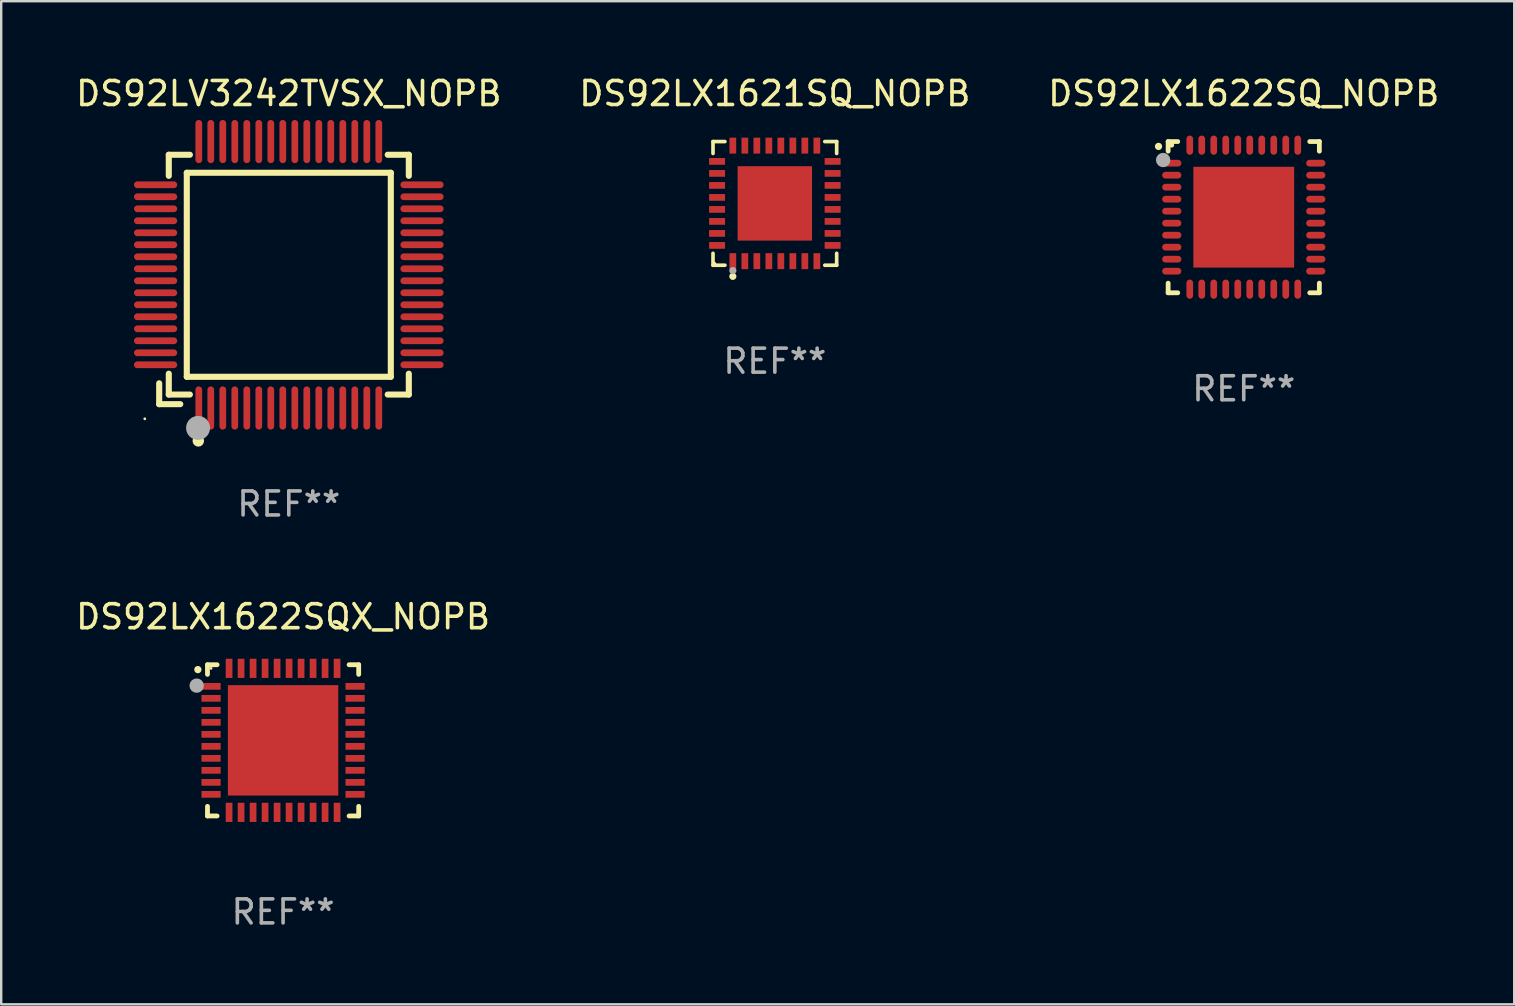
<source format=kicad_pcb>
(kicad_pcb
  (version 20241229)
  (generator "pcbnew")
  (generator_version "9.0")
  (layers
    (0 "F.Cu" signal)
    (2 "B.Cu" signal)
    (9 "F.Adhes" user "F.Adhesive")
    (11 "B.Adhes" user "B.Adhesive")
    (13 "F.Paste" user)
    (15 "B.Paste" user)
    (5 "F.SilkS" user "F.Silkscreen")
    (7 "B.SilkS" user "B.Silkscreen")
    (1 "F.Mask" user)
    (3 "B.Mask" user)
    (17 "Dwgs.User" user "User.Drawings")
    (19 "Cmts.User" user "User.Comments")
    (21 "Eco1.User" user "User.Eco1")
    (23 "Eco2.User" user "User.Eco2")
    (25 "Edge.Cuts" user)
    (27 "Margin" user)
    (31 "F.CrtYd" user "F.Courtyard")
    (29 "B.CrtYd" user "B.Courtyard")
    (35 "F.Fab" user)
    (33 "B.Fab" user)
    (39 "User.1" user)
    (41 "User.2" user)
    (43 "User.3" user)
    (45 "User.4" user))
  (footprint "DS92LX1621SQ_NOPB"
    (layer "F.Cu")
    (at 29.232 5.424)
    (property "Reference" "DS92LX1621SQ_NOPB" (at 0 -4.576 0) (layer "F.SilkS") (effects (font (size 1 1) (thickness 0.15))))
    (attr through_hole)
    (fp_line (start -2.576 -2.576) (end -2.08 -2.576) (stroke (width 0.152) (type solid)) (layer "F.SilkS"))
    (fp_line (start -2.576 -2.08) (end -2.576 -2.576) (stroke (width 0.152) (type solid)) (layer "F.SilkS"))
    (fp_line (start -2.576 2.08) (end -2.576 2.576) (stroke (width 0.152) (type solid)) (layer "F.SilkS"))
    (fp_line (start -2.576 2.576) (end -2.08 2.576) (stroke (width 0.152) (type solid)) (layer "F.SilkS"))
    (fp_line (start 2.576 -2.576) (end 2.08 -2.576) (stroke (width 0.152) (type solid)) (layer "F.SilkS"))
    (fp_line (start 2.576 -2.08) (end 2.576 -2.576) (stroke (width 0.152) (type solid)) (layer "F.SilkS"))
    (fp_line (start 2.576 2.08) (end 2.576 2.576) (stroke (width 0.152) (type solid)) (layer "F.SilkS"))
    (fp_line (start 2.576 2.576) (end 2.08 2.576) (stroke (width 0.152) (type solid)) (layer "F.SilkS"))
    (fp_circle (center -2.5 2.5) (end -2.47 2.5) (stroke (width 0.06) (type solid)) (fill no) (layer "F.SilkS"))
    (fp_circle (center -1.75 3.04) (end -1.675 3.04) (stroke (width 0.15) (type solid)) (fill no) (layer "F.SilkS"))
    (fp_circle (center -1.75 2.8) (end -1.675 2.8) (stroke (width 0.15) (type solid)) (fill no) (layer "F.Fab"))
    (fp_text user "REF**" (at 0 6.576 0) (layer "F.Fab") (effects (font (size 1 1) (thickness 0.15))))
    (pad "1" smd rect (at -1.75 2.407) (size 0.28 0.665) (layers "F.Cu" "F.Mask" "F.Paste"))
    (pad "2" smd rect (at -1.25 2.407) (size 0.28 0.665) (layers "F.Cu" "F.Mask" "F.Paste"))
    (pad "3" smd rect (at -0.75 2.407) (size 0.28 0.665) (layers "F.Cu" "F.Mask" "F.Paste"))
    (pad "4" smd rect (at -0.25 2.407) (size 0.28 0.665) (layers "F.Cu" "F.Mask" "F.Paste"))
    (pad "5" smd rect (at 0.25 2.407) (size 0.28 0.665) (layers "F.Cu" "F.Mask" "F.Paste"))
    (pad "6" smd rect (at 0.75 2.407) (size 0.28 0.665) (layers "F.Cu" "F.Mask" "F.Paste"))
    (pad "7" smd rect (at 1.25 2.407) (size 0.28 0.665) (layers "F.Cu" "F.Mask" "F.Paste"))
    (pad "8" smd rect (at 1.75 2.407) (size 0.28 0.665) (layers "F.Cu" "F.Mask" "F.Paste"))
    (pad "9" smd rect (at 2.407 1.75) (size 0.665 0.28) (layers "F.Cu" "F.Mask" "F.Paste"))
    (pad "10" smd rect (at 2.407 1.25) (size 0.665 0.28) (layers "F.Cu" "F.Mask" "F.Paste"))
    (pad "11" smd rect (at 2.407 0.75) (size 0.665 0.28) (layers "F.Cu" "F.Mask" "F.Paste"))
    (pad "12" smd rect (at 2.407 0.25) (size 0.665 0.28) (layers "F.Cu" "F.Mask" "F.Paste"))
    (pad "13" smd rect (at 2.407 -0.25) (size 0.665 0.28) (layers "F.Cu" "F.Mask" "F.Paste"))
    (pad "14" smd rect (at 2.407 -0.75) (size 0.665 0.28) (layers "F.Cu" "F.Mask" "F.Paste"))
    (pad "15" smd rect (at 2.407 -1.25) (size 0.665 0.28) (layers "F.Cu" "F.Mask" "F.Paste"))
    (pad "16" smd rect (at 2.407 -1.75) (size 0.665 0.28) (layers "F.Cu" "F.Mask" "F.Paste"))
    (pad "17" smd rect (at 1.75 -2.407) (size 0.28 0.665) (layers "F.Cu" "F.Mask" "F.Paste"))
    (pad "18" smd rect (at 1.25 -2.407) (size 0.28 0.665) (layers "F.Cu" "F.Mask" "F.Paste"))
    (pad "19" smd rect (at 0.75 -2.407) (size 0.28 0.665) (layers "F.Cu" "F.Mask" "F.Paste"))
    (pad "20" smd rect (at 0.25 -2.407) (size 0.28 0.665) (layers "F.Cu" "F.Mask" "F.Paste"))
    (pad "21" smd rect (at -0.25 -2.407) (size 0.28 0.665) (layers "F.Cu" "F.Mask" "F.Paste"))
    (pad "22" smd rect (at -0.75 -2.407) (size 0.28 0.665) (layers "F.Cu" "F.Mask" "F.Paste"))
    (pad "23" smd rect (at -1.25 -2.407) (size 0.28 0.665) (layers "F.Cu" "F.Mask" "F.Paste"))
    (pad "24" smd rect (at -1.75 -2.407) (size 0.28 0.665) (layers "F.Cu" "F.Mask" "F.Paste"))
    (pad "25" smd rect (at -2.407 -1.75) (size 0.665 0.28) (layers "F.Cu" "F.Mask" "F.Paste"))
    (pad "26" smd rect (at -2.407 -1.25) (size 0.665 0.28) (layers "F.Cu" "F.Mask" "F.Paste"))
    (pad "27" smd rect (at -2.407 -0.75) (size 0.665 0.28) (layers "F.Cu" "F.Mask" "F.Paste"))
    (pad "28" smd rect (at -2.407 -0.25) (size 0.665 0.28) (layers "F.Cu" "F.Mask" "F.Paste"))
    (pad "29" smd rect (at -2.407 0.25) (size 0.665 0.28) (layers "F.Cu" "F.Mask" "F.Paste"))
    (pad "30" smd rect (at -2.407 0.75) (size 0.665 0.28) (layers "F.Cu" "F.Mask" "F.Paste"))
    (pad "31" smd rect (at -2.407 1.25) (size 0.665 0.28) (layers "F.Cu" "F.Mask" "F.Paste"))
    (pad "32" smd rect (at -2.407 1.75) (size 0.665 0.28) (layers "F.Cu" "F.Mask" "F.Paste"))
    (pad "33" smd rect (at 0 0) (size 3.1 3.1) (layers "F.Cu" "F.Mask" "F.Paste")))
  (footprint "DS92LX1622SQ_NOPB"
    (layer "F.Cu")
    (at 48.768 5.998)
    (property "Reference" "DS92LX1622SQ_NOPB" (at 0 -5.15 0) (layer "F.SilkS") (effects (font (size 1 1) (thickness 0.15))))
    (attr through_hole)
    (fp_line (start -3.15 -3.15) (end -2.75 -3.15) (stroke (width 0.2) (type solid)) (layer "F.SilkS"))
    (fp_line (start -3.15 -2.75) (end -3.15 -3.15) (stroke (width 0.2) (type solid)) (layer "F.SilkS"))
    (fp_line (start -3.15 3.15) (end -3.15 2.75) (stroke (width 0.2) (type solid)) (layer "F.SilkS"))
    (fp_line (start -2.75 3.15) (end -3.15 3.15) (stroke (width 0.2) (type solid)) (layer "F.SilkS"))
    (fp_line (start 2.75 -3.15) (end 3.15 -3.15) (stroke (width 0.2) (type solid)) (layer "F.SilkS"))
    (fp_line (start 2.75 3.15) (end 3.15 3.15) (stroke (width 0.2) (type solid)) (layer "F.SilkS"))
    (fp_line (start 3.15 -3.15) (end 3.15 -2.75) (stroke (width 0.2) (type solid)) (layer "F.SilkS"))
    (fp_line (start 3.15 3.15) (end 3.15 2.75) (stroke (width 0.2) (type solid)) (layer "F.SilkS"))
    (fp_arc (start -3.550927 -2.946406) (mid -3.550932 -2.947676) (end -3.550927 -2.948946) (stroke (width 0.3) (type solid)) (layer "F.SilkS"))
    (fp_circle (center -3 -3) (end -2.95 -3) (stroke (width 0.1) (type solid)) (fill no) (layer "F.SilkS"))
    (fp_circle (center -3.359 -2.381) (end -3.209 -2.381) (stroke (width 0.3) (type solid)) (fill no) (layer "F.Fab"))
    (fp_text user "REF**" (at 0 7.15 0) (layer "F.Fab") (effects (font (size 1 1) (thickness 0.15))))
    (pad "1" smd oval (at -3 -2.25 90) (size 0.28 0.8) (layers "F.Cu" "F.Mask" "F.Paste"))
    (pad "2" smd oval (at -3 -1.75 90) (size 0.28 0.8) (layers "F.Cu" "F.Mask" "F.Paste"))
    (pad "3" smd oval (at -3 -1.25 90) (size 0.28 0.8) (layers "F.Cu" "F.Mask" "F.Paste"))
    (pad "4" smd oval (at -3 -0.75 90) (size 0.28 0.8) (layers "F.Cu" "F.Mask" "F.Paste"))
    (pad "5" smd oval (at -3 -0.25 90) (size 0.28 0.8) (layers "F.Cu" "F.Mask" "F.Paste"))
    (pad "6" smd oval (at -3 0.25 90) (size 0.28 0.8) (layers "F.Cu" "F.Mask" "F.Paste"))
    (pad "7" smd oval (at -3 0.75 90) (size 0.28 0.8) (layers "F.Cu" "F.Mask" "F.Paste"))
    (pad "8" smd oval (at -3 1.25 90) (size 0.28 0.8) (layers "F.Cu" "F.Mask" "F.Paste"))
    (pad "9" smd oval (at -3 1.75 90) (size 0.28 0.8) (layers "F.Cu" "F.Mask" "F.Paste"))
    (pad "10" smd oval (at -3 2.25 90) (size 0.28 0.8) (layers "F.Cu" "F.Mask" "F.Paste"))
    (pad "11" smd oval (at -2.25 3) (size 0.28 0.8) (layers "F.Cu" "F.Mask" "F.Paste"))
    (pad "12" smd oval (at -1.75 3) (size 0.28 0.8) (layers "F.Cu" "F.Mask" "F.Paste"))
    (pad "13" smd oval (at -1.25 3) (size 0.28 0.8) (layers "F.Cu" "F.Mask" "F.Paste"))
    (pad "14" smd oval (at -0.75 3) (size 0.28 0.8) (layers "F.Cu" "F.Mask" "F.Paste"))
    (pad "15" smd oval (at -0.25 3) (size 0.28 0.8) (layers "F.Cu" "F.Mask" "F.Paste"))
    (pad "16" smd oval (at 0.25 3) (size 0.28 0.8) (layers "F.Cu" "F.Mask" "F.Paste"))
    (pad "17" smd oval (at 0.75 3) (size 0.28 0.8) (layers "F.Cu" "F.Mask" "F.Paste"))
    (pad "18" smd oval (at 1.25 3) (size 0.28 0.8) (layers "F.Cu" "F.Mask" "F.Paste"))
    (pad "19" smd oval (at 1.75 3) (size 0.28 0.8) (layers "F.Cu" "F.Mask" "F.Paste"))
    (pad "20" smd oval (at 2.25 3) (size 0.28 0.8) (layers "F.Cu" "F.Mask" "F.Paste"))
    (pad "21" smd oval (at 3 2.25 90) (size 0.28 0.8) (layers "F.Cu" "F.Mask" "F.Paste"))
    (pad "22" smd oval (at 3 1.75 90) (size 0.28 0.8) (layers "F.Cu" "F.Mask" "F.Paste"))
    (pad "23" smd oval (at 3 1.25 90) (size 0.28 0.8) (layers "F.Cu" "F.Mask" "F.Paste"))
    (pad "24" smd oval (at 3 0.75 90) (size 0.28 0.8) (layers "F.Cu" "F.Mask" "F.Paste"))
    (pad "25" smd oval (at 3 0.25 90) (size 0.28 0.8) (layers "F.Cu" "F.Mask" "F.Paste"))
    (pad "26" smd oval (at 3 -0.25 90) (size 0.28 0.8) (layers "F.Cu" "F.Mask" "F.Paste"))
    (pad "27" smd oval (at 3 -0.75 90) (size 0.28 0.8) (layers "F.Cu" "F.Mask" "F.Paste"))
    (pad "28" smd oval (at 3 -1.25 90) (size 0.28 0.8) (layers "F.Cu" "F.Mask" "F.Paste"))
    (pad "29" smd oval (at 3 -1.75 90) (size 0.28 0.8) (layers "F.Cu" "F.Mask" "F.Paste"))
    (pad "30" smd oval (at 3 -2.25 90) (size 0.28 0.8) (layers "F.Cu" "F.Mask" "F.Paste"))
    (pad "31" smd oval (at 2.25 -3) (size 0.28 0.8) (layers "F.Cu" "F.Mask" "F.Paste"))
    (pad "32" smd oval (at 1.75 -3) (size 0.28 0.8) (layers "F.Cu" "F.Mask" "F.Paste"))
    (pad "33" smd oval (at 1.25 -3) (size 0.28 0.8) (layers "F.Cu" "F.Mask" "F.Paste"))
    (pad "34" smd oval (at 0.75 -3) (size 0.28 0.8) (layers "F.Cu" "F.Mask" "F.Paste"))
    (pad "35" smd oval (at 0.25 -3) (size 0.28 0.8) (layers "F.Cu" "F.Mask" "F.Paste"))
    (pad "36" smd oval (at -0.25 -3) (size 0.28 0.8) (layers "F.Cu" "F.Mask" "F.Paste"))
    (pad "37" smd oval (at -0.75 -3) (size 0.28 0.8) (layers "F.Cu" "F.Mask" "F.Paste"))
    (pad "38" smd oval (at -1.25 -3) (size 0.28 0.8) (layers "F.Cu" "F.Mask" "F.Paste"))
    (pad "39" smd oval (at -1.75 -3) (size 0.28 0.8) (layers "F.Cu" "F.Mask" "F.Paste"))
    (pad "40" smd oval (at -2.25 -3) (size 0.28 0.8) (layers "F.Cu" "F.Mask" "F.Paste"))
    (pad "41" smd rect (at -0.000102 0) (size 4.2 4.2) (layers "F.Cu" "F.Mask" "F.Paste")))
  (footprint "DS92LV3242TVSX_NOPB"
    (layer "F.Cu")
    (at 8.982 8.398)
    (property "Reference" "DS92LV3242TVSX_NOPB" (at 0 -7.55 0) (layer "F.SilkS") (effects (font (size 1 1) (thickness 0.15))))
    (attr through_hole)
    (fp_line (start -5.4 4.521) (end -5.4 5.39) (stroke (width 0.254) (type solid)) (layer "F.SilkS"))
    (fp_line (start -5.4 5.39) (end -4.521 5.39) (stroke (width 0.254) (type solid)) (layer "F.SilkS"))
    (fp_line (start -5 -5) (end -5 -4.121) (stroke (width 0.254) (type solid)) (layer "F.SilkS"))
    (fp_line (start -5 4.121) (end -5 4.99) (stroke (width 0.254) (type solid)) (layer "F.SilkS"))
    (fp_line (start -5 4.99) (end -4.121 4.99) (stroke (width 0.254) (type solid)) (layer "F.SilkS"))
    (fp_line (start -4.25 -4.25) (end -4.25 4.25) (stroke (width 0.254) (type solid)) (layer "F.SilkS"))
    (fp_line (start -4.25 4.25) (end 4.25 4.25) (stroke (width 0.254) (type solid)) (layer "F.SilkS"))
    (fp_line (start -4.121 -5) (end -5 -5) (stroke (width 0.254) (type solid)) (layer "F.SilkS"))
    (fp_line (start 4.121 4.99) (end 5 4.99) (stroke (width 0.254) (type solid)) (layer "F.SilkS"))
    (fp_line (start 4.25 -4.25) (end -4.25 -4.25) (stroke (width 0.254) (type solid)) (layer "F.SilkS"))
    (fp_line (start 4.25 4.25) (end 4.25 -4.25) (stroke (width 0.254) (type solid)) (layer "F.SilkS"))
    (fp_line (start 5 -5) (end 4.121 -5) (stroke (width 0.254) (type solid)) (layer "F.SilkS"))
    (fp_line (start 5 -4.121) (end 5 -5) (stroke (width 0.254) (type solid)) (layer "F.SilkS"))
    (fp_line (start 5 4.99) (end 5 4.121) (stroke (width 0.254) (type solid)) (layer "F.SilkS"))
    (fp_circle (center -6 6) (end -5.97 6) (stroke (width 0.06) (type solid)) (fill no) (layer "F.SilkS"))
    (fp_circle (center -3.77 6.92) (end -3.65 6.92) (stroke (width 0.24) (type solid)) (fill no) (layer "F.SilkS"))
    (fp_circle (center -3.78 6.38) (end -3.53 6.38) (stroke (width 0.5) (type solid)) (fill no) (layer "F.Fab"))
    (fp_text user "REF**" (at 0 9.55 0) (layer "F.Fab") (effects (font (size 1 1) (thickness 0.15))))
    (pad "1" smd oval (at -3.75 5.55) (size 0.28 1.8) (layers "F.Cu" "F.Mask" "F.Paste"))
    (pad "2" smd oval (at -3.25 5.55) (size 0.28 1.8) (layers "F.Cu" "F.Mask" "F.Paste"))
    (pad "3" smd oval (at -2.75 5.55) (size 0.28 1.8) (layers "F.Cu" "F.Mask" "F.Paste"))
    (pad "4" smd oval (at -2.25 5.55) (size 0.28 1.8) (layers "F.Cu" "F.Mask" "F.Paste"))
    (pad "5" smd oval (at -1.75 5.55) (size 0.28 1.8) (layers "F.Cu" "F.Mask" "F.Paste"))
    (pad "6" smd oval (at -1.25 5.55) (size 0.28 1.8) (layers "F.Cu" "F.Mask" "F.Paste"))
    (pad "7" smd oval (at -0.75 5.55) (size 0.28 1.8) (layers "F.Cu" "F.Mask" "F.Paste"))
    (pad "8" smd oval (at -0.25 5.55) (size 0.28 1.8) (layers "F.Cu" "F.Mask" "F.Paste"))
    (pad "9" smd oval (at 0.25 5.55) (size 0.28 1.8) (layers "F.Cu" "F.Mask" "F.Paste"))
    (pad "10" smd oval (at 0.75 5.55) (size 0.28 1.8) (layers "F.Cu" "F.Mask" "F.Paste"))
    (pad "11" smd oval (at 1.25 5.55) (size 0.28 1.8) (layers "F.Cu" "F.Mask" "F.Paste"))
    (pad "12" smd oval (at 1.75 5.55) (size 0.28 1.8) (layers "F.Cu" "F.Mask" "F.Paste"))
    (pad "13" smd oval (at 2.25 5.55) (size 0.28 1.8) (layers "F.Cu" "F.Mask" "F.Paste"))
    (pad "14" smd oval (at 2.75 5.55) (size 0.28 1.8) (layers "F.Cu" "F.Mask" "F.Paste"))
    (pad "15" smd oval (at 3.25 5.55) (size 0.28 1.8) (layers "F.Cu" "F.Mask" "F.Paste"))
    (pad "16" smd oval (at 3.75 5.55) (size 0.28 1.8) (layers "F.Cu" "F.Mask" "F.Paste"))
    (pad "17" smd oval (at 5.55 3.75) (size 1.8 0.28) (layers "F.Cu" "F.Mask" "F.Paste"))
    (pad "18" smd oval (at 5.55 3.25) (size 1.8 0.28) (layers "F.Cu" "F.Mask" "F.Paste"))
    (pad "19" smd oval (at 5.55 2.75) (size 1.8 0.28) (layers "F.Cu" "F.Mask" "F.Paste"))
    (pad "20" smd oval (at 5.55 2.25) (size 1.8 0.28) (layers "F.Cu" "F.Mask" "F.Paste"))
    (pad "21" smd oval (at 5.55 1.75) (size 1.8 0.28) (layers "F.Cu" "F.Mask" "F.Paste"))
    (pad "22" smd oval (at 5.55 1.25) (size 1.8 0.28) (layers "F.Cu" "F.Mask" "F.Paste"))
    (pad "23" smd oval (at 5.55 0.75) (size 1.8 0.28) (layers "F.Cu" "F.Mask" "F.Paste"))
    (pad "24" smd oval (at 5.55 0.25) (size 1.8 0.28) (layers "F.Cu" "F.Mask" "F.Paste"))
    (pad "25" smd oval (at 5.55 -0.25) (size 1.8 0.28) (layers "F.Cu" "F.Mask" "F.Paste"))
    (pad "26" smd oval (at 5.55 -0.75) (size 1.8 0.28) (layers "F.Cu" "F.Mask" "F.Paste"))
    (pad "27" smd oval (at 5.55 -1.25) (size 1.8 0.28) (layers "F.Cu" "F.Mask" "F.Paste"))
    (pad "28" smd oval (at 5.55 -1.75) (size 1.8 0.28) (layers "F.Cu" "F.Mask" "F.Paste"))
    (pad "29" smd oval (at 5.55 -2.25) (size 1.8 0.28) (layers "F.Cu" "F.Mask" "F.Paste"))
    (pad "30" smd oval (at 5.55 -2.75) (size 1.8 0.28) (layers "F.Cu" "F.Mask" "F.Paste"))
    (pad "31" smd oval (at 5.55 -3.25) (size 1.8 0.28) (layers "F.Cu" "F.Mask" "F.Paste"))
    (pad "32" smd oval (at 5.55 -3.75) (size 1.8 0.28) (layers "F.Cu" "F.Mask" "F.Paste"))
    (pad "33" smd oval (at 3.75 -5.55) (size 0.28 1.8) (layers "F.Cu" "F.Mask" "F.Paste"))
    (pad "34" smd oval (at 3.25 -5.55) (size 0.28 1.8) (layers "F.Cu" "F.Mask" "F.Paste"))
    (pad "35" smd oval (at 2.75 -5.55) (size 0.28 1.8) (layers "F.Cu" "F.Mask" "F.Paste"))
    (pad "36" smd oval (at 2.25 -5.55) (size 0.28 1.8) (layers "F.Cu" "F.Mask" "F.Paste"))
    (pad "37" smd oval (at 1.75 -5.55) (size 0.28 1.8) (layers "F.Cu" "F.Mask" "F.Paste"))
    (pad "38" smd oval (at 1.25 -5.55) (size 0.28 1.8) (layers "F.Cu" "F.Mask" "F.Paste"))
    (pad "39" smd oval (at 0.75 -5.55) (size 0.28 1.8) (layers "F.Cu" "F.Mask" "F.Paste"))
    (pad "40" smd oval (at 0.25 -5.55) (size 0.28 1.8) (layers "F.Cu" "F.Mask" "F.Paste"))
    (pad "41" smd oval (at -0.25 -5.55) (size 0.28 1.8) (layers "F.Cu" "F.Mask" "F.Paste"))
    (pad "42" smd oval (at -0.75 -5.55) (size 0.28 1.8) (layers "F.Cu" "F.Mask" "F.Paste"))
    (pad "43" smd oval (at -1.25 -5.55) (size 0.28 1.8) (layers "F.Cu" "F.Mask" "F.Paste"))
    (pad "44" smd oval (at -1.75 -5.55) (size 0.28 1.8) (layers "F.Cu" "F.Mask" "F.Paste"))
    (pad "45" smd oval (at -2.25 -5.55) (size 0.28 1.8) (layers "F.Cu" "F.Mask" "F.Paste"))
    (pad "46" smd oval (at -2.75 -5.55) (size 0.28 1.8) (layers "F.Cu" "F.Mask" "F.Paste"))
    (pad "47" smd oval (at -3.25 -5.55) (size 0.28 1.8) (layers "F.Cu" "F.Mask" "F.Paste"))
    (pad "48" smd oval (at -3.75 -5.55) (size 0.28 1.8) (layers "F.Cu" "F.Mask" "F.Paste"))
    (pad "49" smd oval (at -5.55 -3.75) (size 1.8 0.28) (layers "F.Cu" "F.Mask" "F.Paste"))
    (pad "50" smd oval (at -5.55 -3.25) (size 1.8 0.28) (layers "F.Cu" "F.Mask" "F.Paste"))
    (pad "51" smd oval (at -5.55 -2.75) (size 1.8 0.28) (layers "F.Cu" "F.Mask" "F.Paste"))
    (pad "52" smd oval (at -5.55 -2.25) (size 1.8 0.28) (layers "F.Cu" "F.Mask" "F.Paste"))
    (pad "53" smd oval (at -5.55 -1.75) (size 1.8 0.28) (layers "F.Cu" "F.Mask" "F.Paste"))
    (pad "54" smd oval (at -5.55 -1.25) (size 1.8 0.28) (layers "F.Cu" "F.Mask" "F.Paste"))
    (pad "55" smd oval (at -5.55 -0.75) (size 1.8 0.28) (layers "F.Cu" "F.Mask" "F.Paste"))
    (pad "56" smd oval (at -5.55 -0.25) (size 1.8 0.28) (layers "F.Cu" "F.Mask" "F.Paste"))
    (pad "57" smd oval (at -5.55 0.25) (size 1.8 0.28) (layers "F.Cu" "F.Mask" "F.Paste"))
    (pad "58" smd oval (at -5.55 0.75) (size 1.8 0.28) (layers "F.Cu" "F.Mask" "F.Paste"))
    (pad "59" smd oval (at -5.55 1.25) (size 1.8 0.28) (layers "F.Cu" "F.Mask" "F.Paste"))
    (pad "60" smd oval (at -5.55 1.75) (size 1.8 0.28) (layers "F.Cu" "F.Mask" "F.Paste"))
    (pad "61" smd oval (at -5.55 2.25) (size 1.8 0.28) (layers "F.Cu" "F.Mask" "F.Paste"))
    (pad "62" smd oval (at -5.55 2.75) (size 1.8 0.28) (layers "F.Cu" "F.Mask" "F.Paste"))
    (pad "63" smd oval (at -5.55 3.25) (size 1.8 0.28) (layers "F.Cu" "F.Mask" "F.Paste"))
    (pad "64" smd oval (at -5.55 3.75) (size 1.8 0.28) (layers "F.Cu" "F.Mask" "F.Paste")))
  (footprint "DS92LX1622SQX_NOPB"
    (layer "F.Cu")
    (at 8.744 27.795)
    (property "Reference" "DS92LX1622SQX_NOPB" (at 0 -5.15 0) (layer "F.SilkS") (effects (font (size 1 1) (thickness 0.15))))
    (attr through_hole)
    (fp_line (start -3.15 -3.15) (end -2.75 -3.15) (stroke (width 0.2) (type solid)) (layer "F.SilkS"))
    (fp_line (start -3.15 -2.75) (end -3.15 -3.15) (stroke (width 0.2) (type solid)) (layer "F.SilkS"))
    (fp_line (start -3.15 3.15) (end -3.15 2.75) (stroke (width 0.2) (type solid)) (layer "F.SilkS"))
    (fp_line (start -2.75 3.15) (end -3.15 3.15) (stroke (width 0.2) (type solid)) (layer "F.SilkS"))
    (fp_line (start 2.75 -3.15) (end 3.15 -3.15) (stroke (width 0.2) (type solid)) (layer "F.SilkS"))
    (fp_line (start 2.75 3.15) (end 3.15 3.15) (stroke (width 0.2) (type solid)) (layer "F.SilkS"))
    (fp_line (start 3.15 -3.15) (end 3.15 -2.75) (stroke (width 0.2) (type solid)) (layer "F.SilkS"))
    (fp_line (start 3.15 3.15) (end 3.15 2.75) (stroke (width 0.2) (type solid)) (layer "F.SilkS"))
    (fp_arc (start -3.550927 -2.946406) (mid -3.550932 -2.947676) (end -3.550927 -2.948946) (stroke (width 0.3) (type solid)) (layer "F.SilkS"))
    (fp_circle (center -3 -3) (end -2.97 -3) (stroke (width 0.06) (type solid)) (fill no) (layer "F.SilkS"))
    (fp_circle (center -3.6 -2.28) (end -3.45 -2.28) (stroke (width 0.3) (type solid)) (fill no) (layer "F.Fab"))
    (fp_text user "REF**" (at 0 7.15 0) (layer "F.Fab") (effects (font (size 1 1) (thickness 0.15))))
    (pad "1" smd rect (at -3 -2.25 90) (size 0.28 0.8) (layers "F.Cu" "F.Mask" "F.Paste"))
    (pad "2" smd rect (at -3 -1.75 90) (size 0.28 0.8) (layers "F.Cu" "F.Mask" "F.Paste"))
    (pad "3" smd rect (at -3 -1.25 90) (size 0.28 0.8) (layers "F.Cu" "F.Mask" "F.Paste"))
    (pad "4" smd rect (at -3 -0.75 90) (size 0.28 0.8) (layers "F.Cu" "F.Mask" "F.Paste"))
    (pad "5" smd rect (at -3 -0.25 90) (size 0.28 0.8) (layers "F.Cu" "F.Mask" "F.Paste"))
    (pad "6" smd rect (at -3 0.25 90) (size 0.28 0.8) (layers "F.Cu" "F.Mask" "F.Paste"))
    (pad "7" smd rect (at -3 0.75 90) (size 0.28 0.8) (layers "F.Cu" "F.Mask" "F.Paste"))
    (pad "8" smd rect (at -3 1.25 90) (size 0.28 0.8) (layers "F.Cu" "F.Mask" "F.Paste"))
    (pad "9" smd rect (at -3 1.75 90) (size 0.28 0.8) (layers "F.Cu" "F.Mask" "F.Paste"))
    (pad "10" smd rect (at -3 2.25 90) (size 0.28 0.8) (layers "F.Cu" "F.Mask" "F.Paste"))
    (pad "11" smd rect (at -2.25 3) (size 0.28 0.8) (layers "F.Cu" "F.Mask" "F.Paste"))
    (pad "12" smd rect (at -1.75 3) (size 0.28 0.8) (layers "F.Cu" "F.Mask" "F.Paste"))
    (pad "13" smd rect (at -1.25 3) (size 0.28 0.8) (layers "F.Cu" "F.Mask" "F.Paste"))
    (pad "14" smd rect (at -0.75 3) (size 0.28 0.8) (layers "F.Cu" "F.Mask" "F.Paste"))
    (pad "15" smd rect (at -0.25 3) (size 0.28 0.8) (layers "F.Cu" "F.Mask" "F.Paste"))
    (pad "16" smd rect (at 0.25 3) (size 0.28 0.8) (layers "F.Cu" "F.Mask" "F.Paste"))
    (pad "17" smd rect (at 0.75 3) (size 0.28 0.8) (layers "F.Cu" "F.Mask" "F.Paste"))
    (pad "18" smd rect (at 1.25 3) (size 0.28 0.8) (layers "F.Cu" "F.Mask" "F.Paste"))
    (pad "19" smd rect (at 1.75 3) (size 0.28 0.8) (layers "F.Cu" "F.Mask" "F.Paste"))
    (pad "20" smd rect (at 2.25 3) (size 0.28 0.8) (layers "F.Cu" "F.Mask" "F.Paste"))
    (pad "21" smd rect (at 3 2.25 90) (size 0.28 0.8) (layers "F.Cu" "F.Mask" "F.Paste"))
    (pad "22" smd rect (at 3 1.75 90) (size 0.28 0.8) (layers "F.Cu" "F.Mask" "F.Paste"))
    (pad "23" smd rect (at 3 1.25 90) (size 0.28 0.8) (layers "F.Cu" "F.Mask" "F.Paste"))
    (pad "24" smd rect (at 3 0.75 90) (size 0.28 0.8) (layers "F.Cu" "F.Mask" "F.Paste"))
    (pad "25" smd rect (at 3 0.25 90) (size 0.28 0.8) (layers "F.Cu" "F.Mask" "F.Paste"))
    (pad "26" smd rect (at 3 -0.25 90) (size 0.28 0.8) (layers "F.Cu" "F.Mask" "F.Paste"))
    (pad "27" smd rect (at 3 -0.75 90) (size 0.28 0.8) (layers "F.Cu" "F.Mask" "F.Paste"))
    (pad "28" smd rect (at 3 -1.25 90) (size 0.28 0.8) (layers "F.Cu" "F.Mask" "F.Paste"))
    (pad "29" smd rect (at 3 -1.75 90) (size 0.28 0.8) (layers "F.Cu" "F.Mask" "F.Paste"))
    (pad "30" smd rect (at 3 -2.25 90) (size 0.28 0.8) (layers "F.Cu" "F.Mask" "F.Paste"))
    (pad "31" smd rect (at 2.25 -3) (size 0.28 0.8) (layers "F.Cu" "F.Mask" "F.Paste"))
    (pad "32" smd rect (at 1.75 -3) (size 0.28 0.8) (layers "F.Cu" "F.Mask" "F.Paste"))
    (pad "33" smd rect (at 1.25 -3) (size 0.28 0.8) (layers "F.Cu" "F.Mask" "F.Paste"))
    (pad "34" smd rect (at 0.75 -3) (size 0.28 0.8) (layers "F.Cu" "F.Mask" "F.Paste"))
    (pad "35" smd rect (at 0.25 -3) (size 0.28 0.8) (layers "F.Cu" "F.Mask" "F.Paste"))
    (pad "36" smd rect (at -0.25 -3) (size 0.28 0.8) (layers "F.Cu" "F.Mask" "F.Paste"))
    (pad "37" smd rect (at -0.75 -3) (size 0.28 0.8) (layers "F.Cu" "F.Mask" "F.Paste"))
    (pad "38" smd rect (at -1.25 -3) (size 0.28 0.8) (layers "F.Cu" "F.Mask" "F.Paste"))
    (pad "39" smd rect (at -1.75 -3) (size 0.28 0.8) (layers "F.Cu" "F.Mask" "F.Paste"))
    (pad "40" smd rect (at -2.25 -3) (size 0.28 0.8) (layers "F.Cu" "F.Mask" "F.Paste"))
    (pad "41" smd rect (at -0.000102 0) (size 4.6 4.6) (layers "F.Cu" "F.Mask" "F.Paste")))
  (gr_rect
    (start -3 -3)
    (end 60.036 38.793)
    (stroke (width 0.1) (type default))
    (fill no)
    (layer "Edge.Cuts")))
</source>
